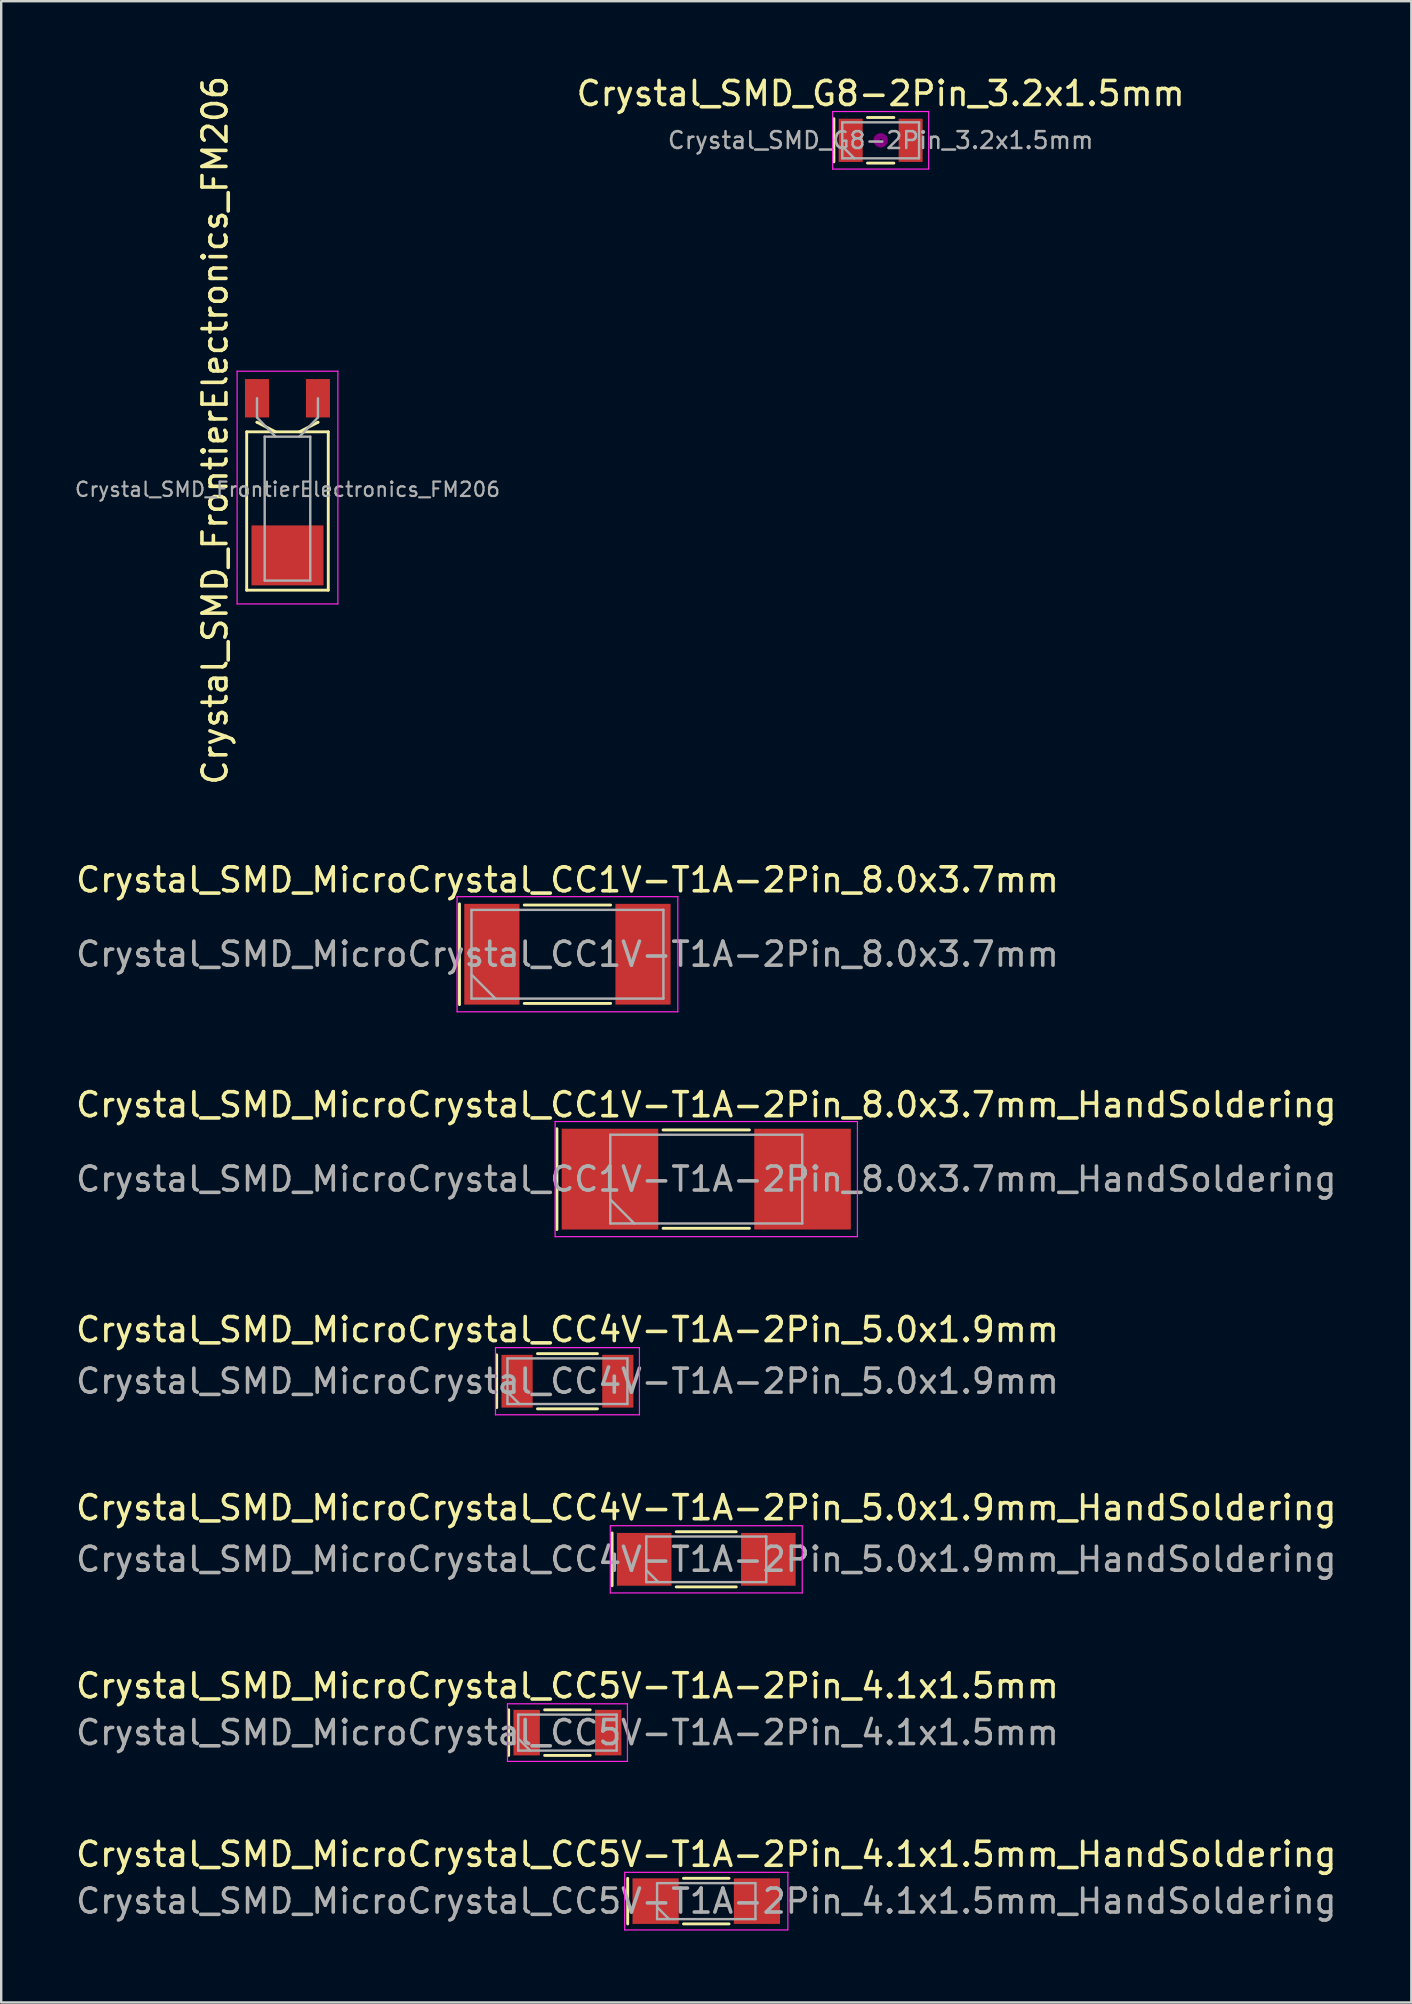
<source format=kicad_pcb>
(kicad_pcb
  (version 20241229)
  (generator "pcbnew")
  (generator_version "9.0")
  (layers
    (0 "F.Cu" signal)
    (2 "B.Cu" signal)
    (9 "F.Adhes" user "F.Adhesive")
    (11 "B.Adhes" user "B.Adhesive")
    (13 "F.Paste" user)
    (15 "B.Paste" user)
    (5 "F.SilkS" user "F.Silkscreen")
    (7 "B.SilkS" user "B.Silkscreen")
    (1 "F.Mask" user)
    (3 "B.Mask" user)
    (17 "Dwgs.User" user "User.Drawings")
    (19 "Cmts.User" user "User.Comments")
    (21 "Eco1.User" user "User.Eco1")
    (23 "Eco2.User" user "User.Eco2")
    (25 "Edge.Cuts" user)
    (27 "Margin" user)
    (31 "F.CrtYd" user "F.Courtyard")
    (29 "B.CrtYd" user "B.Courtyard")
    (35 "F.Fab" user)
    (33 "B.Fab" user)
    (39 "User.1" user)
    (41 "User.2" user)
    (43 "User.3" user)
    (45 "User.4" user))
  (footprint "Crystal_SMD_MicroCrystal_CC1V-T1A-2Pin_8.0x3.7mm"
    (layer "F.Cu")
    (at 20.601 36.722)
    (property "Reference" "Crystal_SMD_MicroCrystal_CC1V-T1A-2Pin_8.0x3.7mm" (at 0 -3.1 0) (layer "F.SilkS") (effects (font (size 1 1) (thickness 0.15))))
    (attr smd)
    (fp_line (start -4.5 -2.1) (end -4.5 2.1) (stroke (width 0.12) (type solid)) (layer "F.SilkS"))
    (fp_line (start -1.8 -2.05) (end 1.8 -2.05) (stroke (width 0.12) (type solid)) (layer "F.SilkS"))
    (fp_line (start -1.8 2.05) (end 1.8 2.05) (stroke (width 0.12) (type solid)) (layer "F.SilkS"))
    (fp_line (start -4.6 -2.4) (end -4.6 2.4) (stroke (width 0.05) (type solid)) (layer "F.CrtYd"))
    (fp_line (start -4.6 2.4) (end 4.6 2.4) (stroke (width 0.05) (type solid)) (layer "F.CrtYd"))
    (fp_line (start 4.6 -2.4) (end -4.6 -2.4) (stroke (width 0.05) (type solid)) (layer "F.CrtYd"))
    (fp_line (start 4.6 2.4) (end 4.6 -2.4) (stroke (width 0.05) (type solid)) (layer "F.CrtYd"))
    (fp_line (start -4 -1.85) (end -4 1.85) (stroke (width 0.1) (type solid)) (layer "F.Fab"))
    (fp_line (start -4 0.85) (end -3 1.85) (stroke (width 0.1) (type solid)) (layer "F.Fab"))
    (fp_line (start -4 1.85) (end 4 1.85) (stroke (width 0.1) (type solid)) (layer "F.Fab"))
    (fp_line (start 4 -1.85) (end -4 -1.85) (stroke (width 0.1) (type solid)) (layer "F.Fab"))
    (fp_line (start 4 1.85) (end 4 -1.85) (stroke (width 0.1) (type solid)) (layer "F.Fab"))
    (fp_text user "${REFERENCE}" (at 0 0 0) (layer "F.Fab") (effects (font (size 1 1) (thickness 0.15))))
    (pad "1" smd rect (at -3.15 0) (size 2.3 4.2) (layers "F.Cu" "F.Mask" "F.Paste"))
    (pad "2" smd rect (at 3.15 0) (size 2.3 4.2) (layers "F.Cu" "F.Mask" "F.Paste")))
  (footprint "Crystal_SMD_MicroCrystal_CC5V-T1A-2Pin_4.1x1.5mm"
    (layer "F.Cu")
    (at 20.601 69.165)
    (property "Reference" "Crystal_SMD_MicroCrystal_CC5V-T1A-2Pin_4.1x1.5mm" (at 0 -1.95 0) (layer "F.SilkS") (effects (font (size 1 1) (thickness 0.15))))
    (attr smd)
    (fp_line (start -2.45 -0.95) (end -2.45 0.95) (stroke (width 0.12) (type solid)) (layer "F.SilkS"))
    (fp_line (start -0.95 -0.95) (end 0.95 -0.95) (stroke (width 0.12) (type solid)) (layer "F.SilkS"))
    (fp_line (start -0.95 0.95) (end 0.95 0.95) (stroke (width 0.12) (type solid)) (layer "F.SilkS"))
    (fp_line (start -2.5 -1.2) (end -2.5 1.2) (stroke (width 0.05) (type solid)) (layer "F.CrtYd"))
    (fp_line (start -2.5 1.2) (end 2.5 1.2) (stroke (width 0.05) (type solid)) (layer "F.CrtYd"))
    (fp_line (start 2.5 -1.2) (end -2.5 -1.2) (stroke (width 0.05) (type solid)) (layer "F.CrtYd"))
    (fp_line (start 2.5 1.2) (end 2.5 -1.2) (stroke (width 0.05) (type solid)) (layer "F.CrtYd"))
    (fp_line (start -2.05 -0.75) (end -2.05 0.75) (stroke (width 0.1) (type solid)) (layer "F.Fab"))
    (fp_line (start -2.05 0.25) (end -1.55 0.75) (stroke (width 0.1) (type solid)) (layer "F.Fab"))
    (fp_line (start -2.05 0.75) (end 2.05 0.75) (stroke (width 0.1) (type solid)) (layer "F.Fab"))
    (fp_line (start 2.05 -0.75) (end -2.05 -0.75) (stroke (width 0.1) (type solid)) (layer "F.Fab"))
    (fp_line (start 2.05 0.75) (end 2.05 -0.75) (stroke (width 0.1) (type solid)) (layer "F.Fab"))
    (fp_text user "${REFERENCE}" (at 0 0 0) (layer "F.Fab") (effects (font (size 1 1) (thickness 0.15))))
    (pad "1" smd rect (at -1.7 0) (size 1.1 1.9) (layers "F.Cu" "F.Mask" "F.Paste"))
    (pad "2" smd rect (at 1.7 0) (size 1.1 1.9) (layers "F.Cu" "F.Mask" "F.Paste")))
  (footprint "Crystal_SMD_G8-2Pin_3.2x1.5mm"
    (layer "F.Cu")
    (at 33.656 2.798)
    (property "Reference" "Crystal_SMD_G8-2Pin_3.2x1.5mm" (at 0 -1.95 0) (layer "F.SilkS") (effects (font (size 1 1) (thickness 0.15))))
    (attr smd)
    (fp_line (start -1.95 -0.9) (end -1.95 0.9) (stroke (width 0.12) (type solid)) (layer "F.SilkS"))
    (fp_line (start -0.55 -0.95) (end 0.55 -0.95) (stroke (width 0.12) (type solid)) (layer "F.SilkS"))
    (fp_line (start -0.55 0.95) (end 0.55 0.95) (stroke (width 0.12) (type solid)) (layer "F.SilkS"))
    (fp_circle (center 0 0) (end 0.058 0) (stroke (width 0.117) (type solid)) (fill no) (layer "F.Adhes"))
    (fp_circle (center 0 0) (end 0.133 0) (stroke (width 0.083) (type solid)) (fill no) (layer "F.Adhes"))
    (fp_circle (center 0 0) (end 0.208 0) (stroke (width 0.083) (type solid)) (fill no) (layer "F.Adhes"))
    (fp_circle (center 0 0) (end 0.25 0) (stroke (width 0.1) (type solid)) (fill no) (layer "F.Adhes"))
    (fp_line (start -2 -1.2) (end -2 1.2) (stroke (width 0.05) (type solid)) (layer "F.CrtYd"))
    (fp_line (start -2 1.2) (end 2 1.2) (stroke (width 0.05) (type solid)) (layer "F.CrtYd"))
    (fp_line (start 2 -1.2) (end -2 -1.2) (stroke (width 0.05) (type solid)) (layer "F.CrtYd"))
    (fp_line (start 2 1.2) (end 2 -1.2) (stroke (width 0.05) (type solid)) (layer "F.CrtYd"))
    (fp_line (start -1.6 -0.75) (end -1.6 0.75) (stroke (width 0.1) (type solid)) (layer "F.Fab"))
    (fp_line (start -1.6 0.25) (end -1.1 0.75) (stroke (width 0.1) (type solid)) (layer "F.Fab"))
    (fp_line (start -1.6 0.75) (end 1.6 0.75) (stroke (width 0.1) (type solid)) (layer "F.Fab"))
    (fp_line (start 1.6 -0.75) (end -1.6 -0.75) (stroke (width 0.1) (type solid)) (layer "F.Fab"))
    (fp_line (start 1.6 0.75) (end 1.6 -0.75) (stroke (width 0.1) (type solid)) (layer "F.Fab"))
    (fp_text user "${REFERENCE}" (at 0 0 0) (layer "F.Fab") (effects (font (size 0.7 0.7) (thickness 0.105))))
    (pad "1" smd rect (at -1.25 0) (size 1 1.8) (layers "F.Cu" "F.Mask" "F.Paste"))
    (pad "2" smd rect (at 1.25 0) (size 1 1.8) (layers "F.Cu" "F.Mask" "F.Paste")))
  (footprint "Crystal_SMD_MicroCrystal_CC1V-T1A-2Pin_8.0x3.7mm_HandSoldering"
    (layer "F.Cu")
    (at 26.387 46.095)
    (property "Reference" "Crystal_SMD_MicroCrystal_CC1V-T1A-2Pin_8.0x3.7mm_HandSoldering" (at 0 -3.1 0) (layer "F.SilkS") (effects (font (size 1 1) (thickness 0.15))))
    (attr smd)
    (fp_line (start -6.225 -2.1) (end -6.225 2.1) (stroke (width 0.12) (type solid)) (layer "F.SilkS"))
    (fp_line (start -1.8 -2.05) (end 1.8 -2.05) (stroke (width 0.12) (type solid)) (layer "F.SilkS"))
    (fp_line (start -1.8 2.05) (end 1.8 2.05) (stroke (width 0.12) (type solid)) (layer "F.SilkS"))
    (fp_line (start -6.3 -2.4) (end -6.3 2.4) (stroke (width 0.05) (type solid)) (layer "F.CrtYd"))
    (fp_line (start -6.3 2.4) (end 6.3 2.4) (stroke (width 0.05) (type solid)) (layer "F.CrtYd"))
    (fp_line (start 6.3 -2.4) (end -6.3 -2.4) (stroke (width 0.05) (type solid)) (layer "F.CrtYd"))
    (fp_line (start 6.3 2.4) (end 6.3 -2.4) (stroke (width 0.05) (type solid)) (layer "F.CrtYd"))
    (fp_line (start -4 -1.85) (end -4 1.85) (stroke (width 0.1) (type solid)) (layer "F.Fab"))
    (fp_line (start -4 0.85) (end -3 1.85) (stroke (width 0.1) (type solid)) (layer "F.Fab"))
    (fp_line (start -4 1.85) (end 4 1.85) (stroke (width 0.1) (type solid)) (layer "F.Fab"))
    (fp_line (start 4 -1.85) (end -4 -1.85) (stroke (width 0.1) (type solid)) (layer "F.Fab"))
    (fp_line (start 4 1.85) (end 4 -1.85) (stroke (width 0.1) (type solid)) (layer "F.Fab"))
    (fp_text user "${REFERENCE}" (at 0 0 0) (layer "F.Fab") (effects (font (size 1 1) (thickness 0.15))))
    (pad "1" smd rect (at -4.013 0) (size 4.025 4.2) (layers "F.Cu" "F.Mask" "F.Paste"))
    (pad "2" smd rect (at 4.013 0) (size 4.025 4.2) (layers "F.Cu" "F.Mask" "F.Paste")))
  (footprint "Crystal_SMD_MicroCrystal_CC5V-T1A-2Pin_4.1x1.5mm_HandSoldering"
    (layer "F.Cu")
    (at 26.387 76.188)
    (property "Reference" "Crystal_SMD_MicroCrystal_CC5V-T1A-2Pin_4.1x1.5mm_HandSoldering" (at 0 -1.95 0) (layer "F.SilkS") (effects (font (size 1 1) (thickness 0.15))))
    (attr smd)
    (fp_line (start -3.275 -0.95) (end -3.275 0.95) (stroke (width 0.12) (type solid)) (layer "F.SilkS"))
    (fp_line (start -0.95 -0.95) (end 0.95 -0.95) (stroke (width 0.12) (type solid)) (layer "F.SilkS"))
    (fp_line (start -0.95 0.95) (end 0.95 0.95) (stroke (width 0.12) (type solid)) (layer "F.SilkS"))
    (fp_line (start -3.4 -1.2) (end -3.4 1.2) (stroke (width 0.05) (type solid)) (layer "F.CrtYd"))
    (fp_line (start -3.4 1.2) (end 3.4 1.2) (stroke (width 0.05) (type solid)) (layer "F.CrtYd"))
    (fp_line (start 3.4 -1.2) (end -3.4 -1.2) (stroke (width 0.05) (type solid)) (layer "F.CrtYd"))
    (fp_line (start 3.4 1.2) (end 3.4 -1.2) (stroke (width 0.05) (type solid)) (layer "F.CrtYd"))
    (fp_line (start -2.05 -0.75) (end -2.05 0.75) (stroke (width 0.1) (type solid)) (layer "F.Fab"))
    (fp_line (start -2.05 0.25) (end -1.55 0.75) (stroke (width 0.1) (type solid)) (layer "F.Fab"))
    (fp_line (start -2.05 0.75) (end 2.05 0.75) (stroke (width 0.1) (type solid)) (layer "F.Fab"))
    (fp_line (start 2.05 -0.75) (end -2.05 -0.75) (stroke (width 0.1) (type solid)) (layer "F.Fab"))
    (fp_line (start 2.05 0.75) (end 2.05 -0.75) (stroke (width 0.1) (type solid)) (layer "F.Fab"))
    (fp_text user "${REFERENCE}" (at 0 0 0) (layer "F.Fab") (effects (font (size 1 1) (thickness 0.15))))
    (pad "1" smd rect (at -2.112 0) (size 1.925 1.9) (layers "F.Cu" "F.Mask" "F.Paste"))
    (pad "2" smd rect (at 2.112 0) (size 1.925 1.9) (layers "F.Cu" "F.Mask" "F.Paste")))
  (footprint "Crystal_SMD_MicroCrystal_CC4V-T1A-2Pin_5.0x1.9mm"
    (layer "F.Cu")
    (at 20.601 54.519)
    (property "Reference" "Crystal_SMD_MicroCrystal_CC4V-T1A-2Pin_5.0x1.9mm" (at 0 -2.15 0) (layer "F.SilkS") (effects (font (size 1 1) (thickness 0.15))))
    (attr smd)
    (fp_line (start -2.95 -1.1) (end -2.95 1.1) (stroke (width 0.12) (type solid)) (layer "F.SilkS"))
    (fp_line (start -1.25 -1.15) (end 1.25 -1.15) (stroke (width 0.12) (type solid)) (layer "F.SilkS"))
    (fp_line (start -1.25 1.15) (end 1.25 1.15) (stroke (width 0.12) (type solid)) (layer "F.SilkS"))
    (fp_line (start -3 -1.4) (end -3 1.4) (stroke (width 0.05) (type solid)) (layer "F.CrtYd"))
    (fp_line (start -3 1.4) (end 3 1.4) (stroke (width 0.05) (type solid)) (layer "F.CrtYd"))
    (fp_line (start 3 -1.4) (end -3 -1.4) (stroke (width 0.05) (type solid)) (layer "F.CrtYd"))
    (fp_line (start 3 1.4) (end 3 -1.4) (stroke (width 0.05) (type solid)) (layer "F.CrtYd"))
    (fp_line (start -2.5 -0.95) (end -2.5 0.95) (stroke (width 0.1) (type solid)) (layer "F.Fab"))
    (fp_line (start -2.5 0.45) (end -2 0.95) (stroke (width 0.1) (type solid)) (layer "F.Fab"))
    (fp_line (start -2.5 0.95) (end 2.5 0.95) (stroke (width 0.1) (type solid)) (layer "F.Fab"))
    (fp_line (start 2.5 -0.95) (end -2.5 -0.95) (stroke (width 0.1) (type solid)) (layer "F.Fab"))
    (fp_line (start 2.5 0.95) (end 2.5 -0.95) (stroke (width 0.1) (type solid)) (layer "F.Fab"))
    (fp_text user "${REFERENCE}" (at 0 0 0) (layer "F.Fab") (effects (font (size 1 1) (thickness 0.15))))
    (pad "1" smd rect (at -2.1 0) (size 1.3 2.2) (layers "F.Cu" "F.Mask" "F.Paste"))
    (pad "2" smd rect (at 2.1 0) (size 1.3 2.2) (layers "F.Cu" "F.Mask" "F.Paste")))
  (footprint "Crystal_SMD_FrontierElectronics_FM206"
    (layer "F.Cu")
    (at 8.932 17.049)
    (property "Reference" "Crystal_SMD_FrontierElectronics_FM206" (at -3.02 -2.163 90) (layer "F.SilkS") (effects (font (size 1 1) (thickness 0.15))))
    (attr smd)
    (fp_line (start -1.7 -2.1) (end -1.7 4.5) (stroke (width 0.12) (type solid)) (layer "F.SilkS"))
    (fp_line (start -1.7 4.5) (end 1.7 4.5) (stroke (width 0.12) (type solid)) (layer "F.SilkS"))
    (fp_line (start -1.27 -2.5) (end -1.27 -2.5) (stroke (width 0.12) (type solid)) (layer "F.SilkS"))
    (fp_line (start -0.5 -2.1) (end -1.27 -2.5) (stroke (width 0.12) (type solid)) (layer "F.SilkS"))
    (fp_line (start 0.5 -2.1) (end 1.27 -2.5) (stroke (width 0.12) (type solid)) (layer "F.SilkS"))
    (fp_line (start 1.27 -2.5) (end 1.27 -2.5) (stroke (width 0.12) (type solid)) (layer "F.SilkS"))
    (fp_line (start 1.7 -2.1) (end -1.7 -2.1) (stroke (width 0.12) (type solid)) (layer "F.SilkS"))
    (fp_line (start 1.7 4.5) (end 1.7 -2.1) (stroke (width 0.12) (type solid)) (layer "F.SilkS"))
    (fp_line (start -2.1 -4.627) (end -2.1 5.073) (stroke (width 0.05) (type solid)) (layer "F.CrtYd"))
    (fp_line (start -2.1 5.073) (end 2.1 5.073) (stroke (width 0.05) (type solid)) (layer "F.CrtYd"))
    (fp_line (start 2.1 -4.627) (end -2.1 -4.627) (stroke (width 0.05) (type solid)) (layer "F.CrtYd"))
    (fp_line (start 2.1 5.073) (end 2.1 -4.627) (stroke (width 0.05) (type solid)) (layer "F.CrtYd"))
    (fp_line (start -1.27 -2.7) (end -1.27 -3.5) (stroke (width 0.1) (type solid)) (layer "F.Fab"))
    (fp_line (start -0.95 -1.9) (end -0.95 4.1) (stroke (width 0.1) (type solid)) (layer "F.Fab"))
    (fp_line (start -0.95 4.1) (end 0.95 4.1) (stroke (width 0.1) (type solid)) (layer "F.Fab"))
    (fp_line (start -0.5 -1.9) (end -1.27 -2.7) (stroke (width 0.1) (type solid)) (layer "F.Fab"))
    (fp_line (start 0.5 -1.9) (end 1.27 -2.7) (stroke (width 0.1) (type solid)) (layer "F.Fab"))
    (fp_line (start 0.95 -1.9) (end -0.95 -1.9) (stroke (width 0.1) (type solid)) (layer "F.Fab"))
    (fp_line (start 0.95 4.1) (end 0.95 -1.9) (stroke (width 0.1) (type solid)) (layer "F.Fab"))
    (fp_line (start 1.27 -2.7) (end 1.27 -3.5) (stroke (width 0.1) (type solid)) (layer "F.Fab"))
    (fp_text user "${REFERENCE}" (at 0 0.3 0) (layer "F.Fab") (effects (font (size 0.6 0.6) (thickness 0.09))))
    (pad "1" smd rect (at -1.27 -3.5) (size 1 1.6) (layers "F.Cu" "F.Mask" "F.Paste"))
    (pad "2" smd rect (at 1.27 -3.5) (size 1 1.6) (layers "F.Cu" "F.Mask" "F.Paste"))
    (pad "3" smd rect (at 0 3.05) (size 3 2.5) (layers "F.Cu" "F.Mask" "F.Paste")))
  (footprint "Crystal_SMD_MicroCrystal_CC4V-T1A-2Pin_5.0x1.9mm_HandSoldering"
    (layer "F.Cu")
    (at 26.387 61.942)
    (property "Reference" "Crystal_SMD_MicroCrystal_CC4V-T1A-2Pin_5.0x1.9mm_HandSoldering" (at 0 -2.15 0) (layer "F.SilkS") (effects (font (size 1 1) (thickness 0.15))))
    (attr smd)
    (fp_line (start -3.925 -1.1) (end -3.925 1.1) (stroke (width 0.12) (type solid)) (layer "F.SilkS"))
    (fp_line (start -1.25 -1.15) (end 1.25 -1.15) (stroke (width 0.12) (type solid)) (layer "F.SilkS"))
    (fp_line (start -1.25 1.15) (end 1.25 1.15) (stroke (width 0.12) (type solid)) (layer "F.SilkS"))
    (fp_line (start -4 -1.4) (end -4 1.4) (stroke (width 0.05) (type solid)) (layer "F.CrtYd"))
    (fp_line (start -4 1.4) (end 4 1.4) (stroke (width 0.05) (type solid)) (layer "F.CrtYd"))
    (fp_line (start 4 -1.4) (end -4 -1.4) (stroke (width 0.05) (type solid)) (layer "F.CrtYd"))
    (fp_line (start 4 1.4) (end 4 -1.4) (stroke (width 0.05) (type solid)) (layer "F.CrtYd"))
    (fp_line (start -2.5 -0.95) (end -2.5 0.95) (stroke (width 0.1) (type solid)) (layer "F.Fab"))
    (fp_line (start -2.5 0.45) (end -2 0.95) (stroke (width 0.1) (type solid)) (layer "F.Fab"))
    (fp_line (start -2.5 0.95) (end 2.5 0.95) (stroke (width 0.1) (type solid)) (layer "F.Fab"))
    (fp_line (start 2.5 -0.95) (end -2.5 -0.95) (stroke (width 0.1) (type solid)) (layer "F.Fab"))
    (fp_line (start 2.5 0.95) (end 2.5 -0.95) (stroke (width 0.1) (type solid)) (layer "F.Fab"))
    (fp_text user "${REFERENCE}" (at 0 0 0) (layer "F.Fab") (effects (font (size 1 1) (thickness 0.15))))
    (pad "1" smd rect (at -2.587 0) (size 2.275 2.2) (layers "F.Cu" "F.Mask" "F.Paste"))
    (pad "2" smd rect (at 2.587 0) (size 2.275 2.2) (layers "F.Cu" "F.Mask" "F.Paste")))
  (gr_rect
    (start -3 -3)
    (end 55.774 80.413)
    (stroke (width 0.1) (type default))
    (fill no)
    (layer "Edge.Cuts")))
</source>
